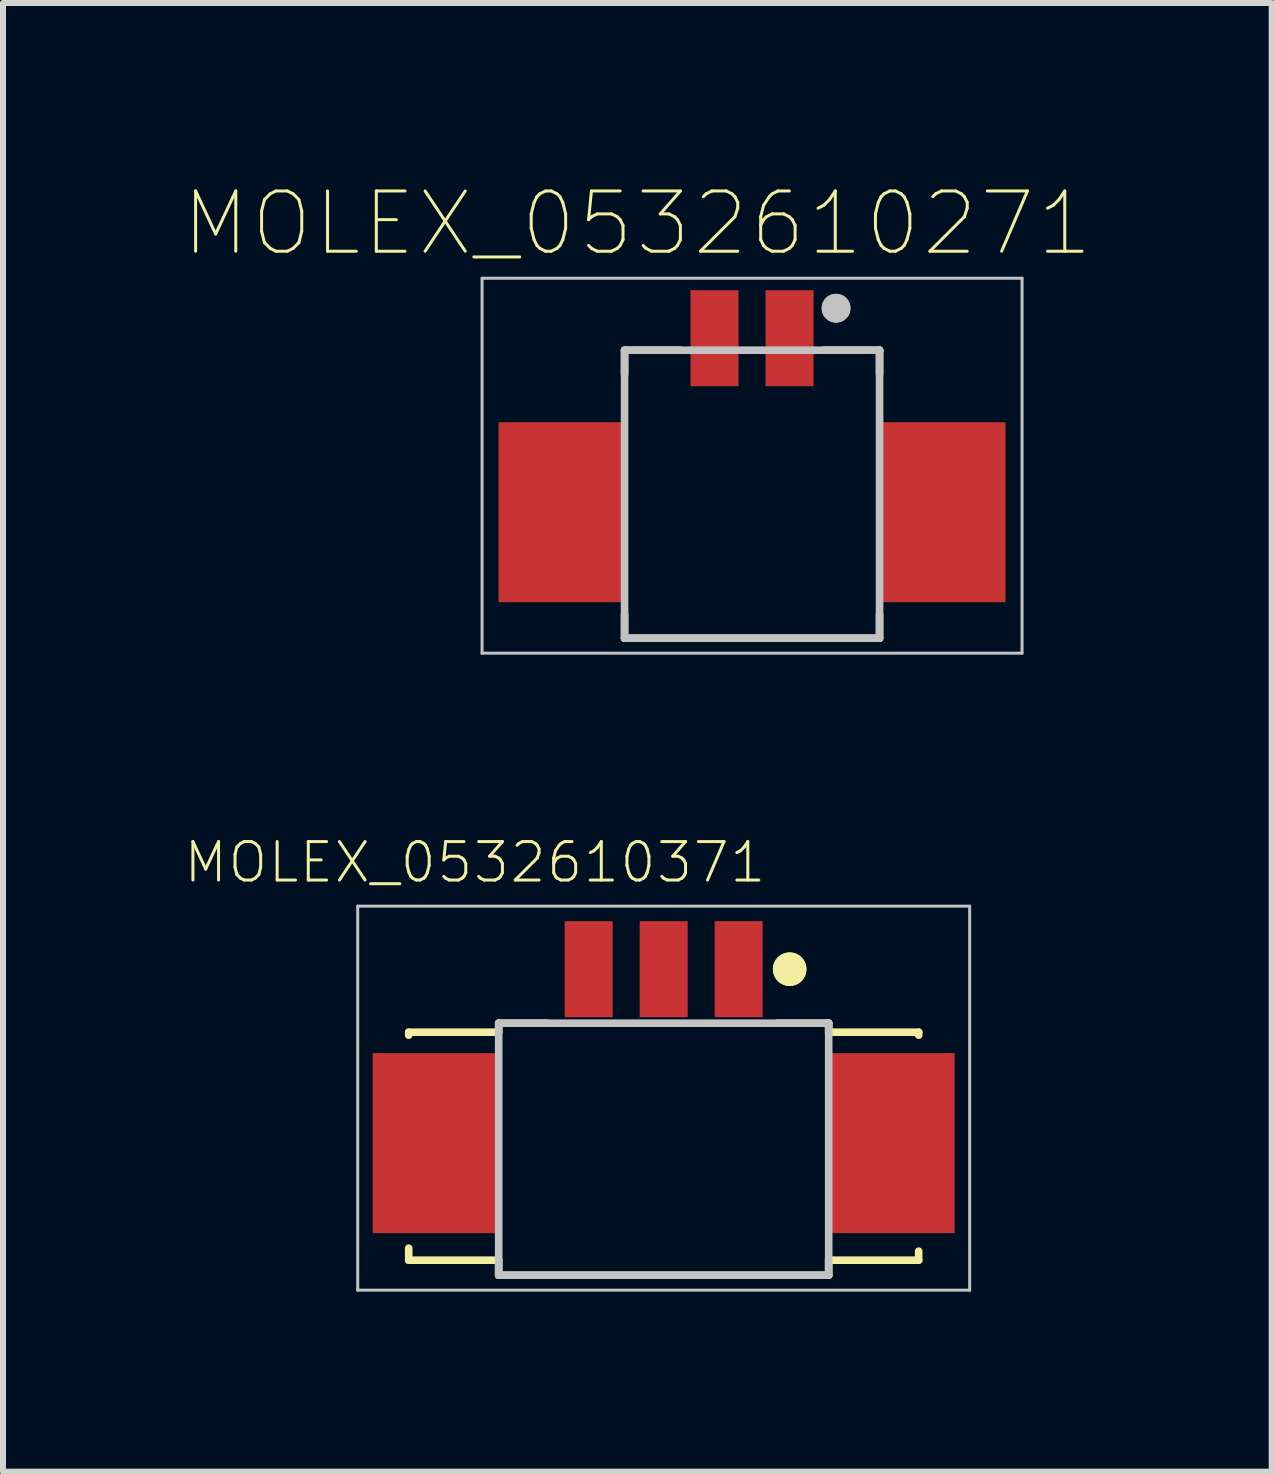
<source format=kicad_pcb>
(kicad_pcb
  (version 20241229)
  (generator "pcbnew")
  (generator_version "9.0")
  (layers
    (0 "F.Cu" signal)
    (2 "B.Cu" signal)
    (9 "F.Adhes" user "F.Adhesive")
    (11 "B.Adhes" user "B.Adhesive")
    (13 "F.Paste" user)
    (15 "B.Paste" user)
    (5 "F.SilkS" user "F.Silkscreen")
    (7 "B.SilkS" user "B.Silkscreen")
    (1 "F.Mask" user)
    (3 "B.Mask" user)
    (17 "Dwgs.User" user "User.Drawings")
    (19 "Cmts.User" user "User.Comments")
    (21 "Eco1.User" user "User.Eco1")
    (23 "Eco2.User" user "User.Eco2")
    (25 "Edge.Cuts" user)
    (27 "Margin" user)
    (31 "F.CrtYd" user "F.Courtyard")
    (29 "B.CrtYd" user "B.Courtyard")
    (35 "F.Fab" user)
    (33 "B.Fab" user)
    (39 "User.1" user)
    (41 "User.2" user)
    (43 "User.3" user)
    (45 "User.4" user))
  (footprint "MOLEX_0532610271"
    (layer "F.Cu")
    (at 9.485 2.587)
    (property "Reference" "MOLEX_0532610271" (at -1.912 -1.912 0) (layer "F.SilkS") (effects (font (size 1.004 1.004) (thickness 0.05))))
    (attr smd)
    (fp_line (start -2.125 0.2) (end -2.125 0.6) (stroke (width 0.127) (type solid)) (layer "F.SilkS"))
    (fp_line (start -2.125 0.2) (end -1.2 0.2) (stroke (width 0.127) (type solid)) (layer "F.SilkS"))
    (fp_line (start -2.125 5) (end -2.125 4.6) (stroke (width 0.127) (type solid)) (layer "F.SilkS"))
    (fp_line (start -2.125 5) (end 2.125 5) (stroke (width 0.127) (type solid)) (layer "F.SilkS"))
    (fp_line (start 1.2 0.2) (end 2.125 0.2) (stroke (width 0.127) (type solid)) (layer "F.SilkS"))
    (fp_line (start 2.125 0.2) (end 2.125 0.6) (stroke (width 0.127) (type solid)) (layer "F.SilkS"))
    (fp_line (start 2.125 5) (end 2.125 4.6) (stroke (width 0.127) (type solid)) (layer "F.SilkS"))
    (fp_circle (center 1.4 -0.5) (end 1.52 -0.5) (stroke (width 0.24) (type solid)) (fill no) (layer "F.SilkS"))
    (fp_line (start -4.5 -1) (end 4.5 -1) (stroke (width 0.05) (type solid)) (layer "Dwgs.User"))
    (fp_line (start -4.5 5.25) (end -4.5 -1) (stroke (width 0.05) (type solid)) (layer "Dwgs.User"))
    (fp_line (start -2.125 0.2) (end 2.125 0.2) (stroke (width 0.127) (type solid)) (layer "Dwgs.User"))
    (fp_line (start -2.125 5) (end -2.125 0.2) (stroke (width 0.127) (type solid)) (layer "Dwgs.User"))
    (fp_line (start 2.125 0.2) (end 2.125 5) (stroke (width 0.127) (type solid)) (layer "Dwgs.User"))
    (fp_line (start 2.125 5) (end -2.125 5) (stroke (width 0.127) (type solid)) (layer "Dwgs.User"))
    (fp_line (start 4.5 -1) (end 4.5 5.25) (stroke (width 0.05) (type solid)) (layer "Dwgs.User"))
    (fp_line (start 4.5 5.25) (end -4.5 5.25) (stroke (width 0.05) (type solid)) (layer "Dwgs.User"))
    (fp_circle (center 1.4 -0.5) (end 1.52 -0.5) (stroke (width 0.24) (type solid)) (fill no) (layer "Dwgs.User"))
    (pad "1" smd rect (at 0.625 0) (size 0.8 1.6) (layers "F.Cu" "F.Mask" "F.Paste"))
    (pad "2" smd rect (at -0.625 0) (size 0.8 1.6) (layers "F.Cu" "F.Mask" "F.Paste"))
    (pad "3" smd rect (at -3.175 2.9) (size 2.1 3) (layers "F.Cu" "F.Mask" "F.Paste"))
    (pad "4" smd rect (at 3.175 2.9) (size 2.1 3) (layers "F.Cu" "F.Mask" "F.Paste")))
  (footprint "MOLEX_0532610371"
    (layer "F.Cu")
    (at 8.012 13.104)
    (property "Reference" "MOLEX_0532610371" (at -3.146 -1.78 0) (layer "F.SilkS") (effects (font (size 0.641 0.641) (thickness 0.05))))
    (attr smd)
    (fp_line (start -4.25 1.05) (end -4.25 1.1) (stroke (width 0.127) (type solid)) (layer "F.SilkS"))
    (fp_line (start -4.25 4.65) (end -4.25 4.85) (stroke (width 0.127) (type solid)) (layer "F.SilkS"))
    (fp_line (start -4.25 4.85) (end -2.75 4.85) (stroke (width 0.127) (type solid)) (layer "F.SilkS"))
    (fp_line (start -2.75 0.9) (end -2.75 1.05) (stroke (width 0.127) (type solid)) (layer "F.SilkS"))
    (fp_line (start -2.75 1.05) (end -4.25 1.05) (stroke (width 0.127) (type solid)) (layer "F.SilkS"))
    (fp_line (start -2.75 4.85) (end -2.75 5.1) (stroke (width 0.127) (type solid)) (layer "F.SilkS"))
    (fp_line (start -2.75 5.1) (end 2.75 5.1) (stroke (width 0.127) (type solid)) (layer "F.SilkS"))
    (fp_line (start -1.95 0.9) (end -2.75 0.9) (stroke (width 0.127) (type solid)) (layer "F.SilkS"))
    (fp_line (start 1.9 0.9) (end 2.75 0.9) (stroke (width 0.127) (type solid)) (layer "F.SilkS"))
    (fp_line (start 2.75 0.9) (end 2.75 1.05) (stroke (width 0.127) (type solid)) (layer "F.SilkS"))
    (fp_line (start 2.75 1.05) (end 4.25 1.05) (stroke (width 0.127) (type solid)) (layer "F.SilkS"))
    (fp_line (start 2.75 4.85) (end 4.25 4.85) (stroke (width 0.127) (type solid)) (layer "F.SilkS"))
    (fp_line (start 2.75 5.1) (end 2.75 4.85) (stroke (width 0.127) (type solid)) (layer "F.SilkS"))
    (fp_line (start 4.25 1.05) (end 4.25 1.1) (stroke (width 0.127) (type solid)) (layer "F.SilkS"))
    (fp_line (start 4.25 4.85) (end 4.25 4.7) (stroke (width 0.127) (type solid)) (layer "F.SilkS"))
    (fp_circle (center 2.1 0) (end 2.24 0) (stroke (width 0.28) (type solid)) (fill no) (layer "F.SilkS"))
    (fp_circle (center 2.1 0) (end 2.24 0) (stroke (width 0.28) (type solid)) (fill no) (layer "F.SilkS"))
    (fp_line (start -5.1 -1.05) (end 5.1 -1.05) (stroke (width 0.05) (type solid)) (layer "Dwgs.User"))
    (fp_line (start -5.1 5.35) (end -5.1 -1.05) (stroke (width 0.05) (type solid)) (layer "Dwgs.User"))
    (fp_line (start -2.75 0.9) (end -2.75 5.1) (stroke (width 0.127) (type solid)) (layer "Dwgs.User"))
    (fp_line (start -2.75 0.9) (end 2.75 0.9) (stroke (width 0.127) (type solid)) (layer "Dwgs.User"))
    (fp_line (start -2.75 5.1) (end 2.75 5.1) (stroke (width 0.127) (type solid)) (layer "Dwgs.User"))
    (fp_line (start 2.75 5.1) (end 2.75 0.9) (stroke (width 0.127) (type solid)) (layer "Dwgs.User"))
    (fp_line (start 5.1 -1.05) (end 5.1 5.35) (stroke (width 0.05) (type solid)) (layer "Dwgs.User"))
    (fp_line (start 5.1 5.35) (end -5.1 5.35) (stroke (width 0.05) (type solid)) (layer "Dwgs.User"))
    (pad "1" smd rect (at 1.25 0) (size 0.8 1.6) (layers "F.Cu" "F.Mask" "F.Paste"))
    (pad "2" smd rect (at 0 0) (size 0.8 1.6) (layers "F.Cu" "F.Mask" "F.Paste"))
    (pad "3" smd rect (at -1.25 0) (size 0.8 1.6) (layers "F.Cu" "F.Mask" "F.Paste"))
    (pad "4" smd rect (at -3.8 2.9) (size 2.1 3) (layers "F.Cu" "F.Mask" "F.Paste"))
    (pad "5" smd rect (at 3.8 2.9) (size 2.1 3) (layers "F.Cu" "F.Mask" "F.Paste")))
  (gr_rect
    (start -3 -3)
    (end 18.146 21.479)
    (stroke (width 0.1) (type default))
    (fill no)
    (layer "Edge.Cuts")))
</source>
